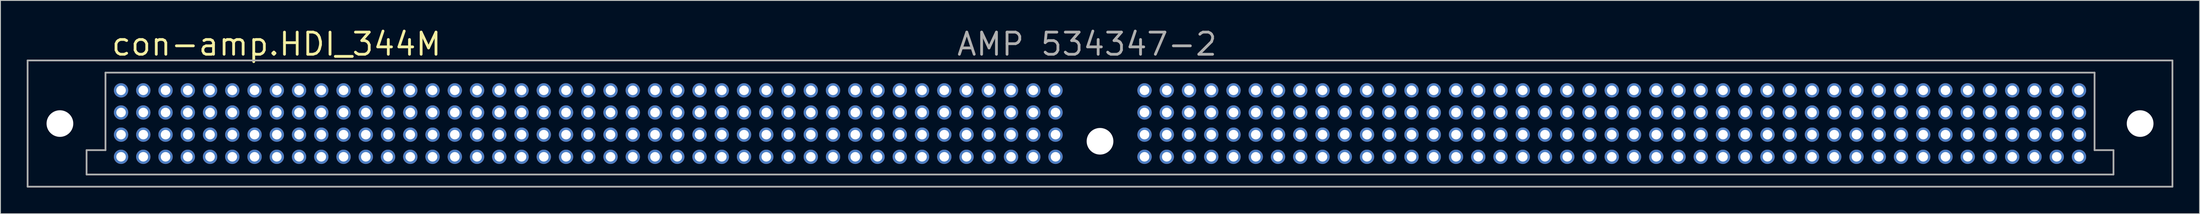
<source format=kicad_pcb>
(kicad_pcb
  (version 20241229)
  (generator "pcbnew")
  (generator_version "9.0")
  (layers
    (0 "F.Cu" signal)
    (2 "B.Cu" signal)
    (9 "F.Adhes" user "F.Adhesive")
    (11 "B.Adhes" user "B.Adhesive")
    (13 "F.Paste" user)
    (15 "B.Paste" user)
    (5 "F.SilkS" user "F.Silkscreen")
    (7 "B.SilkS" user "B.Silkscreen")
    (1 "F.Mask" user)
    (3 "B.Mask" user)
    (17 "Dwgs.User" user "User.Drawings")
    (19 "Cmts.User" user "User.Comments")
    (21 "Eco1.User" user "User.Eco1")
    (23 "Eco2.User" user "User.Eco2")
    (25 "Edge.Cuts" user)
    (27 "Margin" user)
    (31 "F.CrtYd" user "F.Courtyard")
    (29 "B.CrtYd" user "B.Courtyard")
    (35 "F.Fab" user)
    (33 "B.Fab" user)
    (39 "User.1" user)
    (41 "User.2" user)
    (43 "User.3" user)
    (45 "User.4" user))
  (footprint "con-amp.HDI_344M"
    (layer "F.Cu")
    (at 122.53 11.12)
    (property "Reference" "con-amp.HDI_344M" (at -113.03 -7.62 0) (layer "F.SilkS") (effects (font (size 2.54 2.54) (thickness 0.32)) (justify left bottom)))
    (attr through_hole)
    (fp_line (start -122.428 -7.239) (end 122.428 -7.239) (stroke (width 0.203) (type default)) (layer "F.Fab"))
    (fp_line (start -122.428 7.239) (end -122.428 -7.239) (stroke (width 0.203) (type default)) (layer "F.Fab"))
    (fp_line (start -115.697 3.048) (end -113.538 3.048) (stroke (width 0.203) (type default)) (layer "F.Fab"))
    (fp_line (start -115.697 5.842) (end -115.697 3.048) (stroke (width 0.203) (type default)) (layer "F.Fab"))
    (fp_line (start -113.538 -5.842) (end 113.538 -5.842) (stroke (width 0.203) (type default)) (layer "F.Fab"))
    (fp_line (start -113.538 3.048) (end -113.538 -5.842) (stroke (width 0.203) (type default)) (layer "F.Fab"))
    (fp_line (start 113.538 -5.842) (end 113.538 3.048) (stroke (width 0.203) (type default)) (layer "F.Fab"))
    (fp_line (start 113.538 3.048) (end 115.697 3.048) (stroke (width 0.203) (type default)) (layer "F.Fab"))
    (fp_line (start 115.697 3.048) (end 115.697 5.842) (stroke (width 0.203) (type default)) (layer "F.Fab"))
    (fp_line (start 115.697 5.842) (end -115.697 5.842) (stroke (width 0.203) (type default)) (layer "F.Fab"))
    (fp_line (start 122.428 -7.239) (end 122.428 7.239) (stroke (width 0.203) (type default)) (layer "F.Fab"))
    (fp_line (start 122.428 7.239) (end -122.428 7.239) (stroke (width 0.203) (type default)) (layer "F.Fab"))
    (fp_text user "AMP 534347-2" (at -16.51 -7.62 0) (layer "F.Fab") (effects (font (size 2.54 2.54) (thickness 0.32)) (justify left bottom)))
    (pad "" np_thru_hole circle (at -118.74 0) (size 3.05 3.05) (drill 3.05) (layers "*.Cu" "*.Mask"))
    (pad "" np_thru_hole circle (at 0 2.03) (size 3.05 3.05) (drill 3.05) (layers "*.Cu" "*.Mask"))
    (pad "" np_thru_hole circle (at 118.74 0) (size 3.05 3.05) (drill 3.05) (layers "*.Cu" "*.Mask"))
    (pad "A1" thru_hole circle (at 111.76 -3.81) (size 1.635 1.635) (drill 1.09) (layers "*.Cu" "*.Mask"))
    (pad "A2" thru_hole circle (at 109.22 -3.81) (size 1.635 1.635) (drill 1.09) (layers "*.Cu" "*.Mask"))
    (pad "A3" thru_hole circle (at 106.68 -3.81) (size 1.635 1.635) (drill 1.09) (layers "*.Cu" "*.Mask"))
    (pad "A4" thru_hole circle (at 104.14 -3.81) (size 1.635 1.635) (drill 1.09) (layers "*.Cu" "*.Mask"))
    (pad "A5" thru_hole circle (at 101.6 -3.81) (size 1.635 1.635) (drill 1.09) (layers "*.Cu" "*.Mask"))
    (pad "A6" thru_hole circle (at 99.06 -3.81) (size 1.635 1.635) (drill 1.09) (layers "*.Cu" "*.Mask"))
    (pad "A7" thru_hole circle (at 96.52 -3.81) (size 1.635 1.635) (drill 1.09) (layers "*.Cu" "*.Mask"))
    (pad "A8" thru_hole circle (at 93.98 -3.81) (size 1.635 1.635) (drill 1.09) (layers "*.Cu" "*.Mask"))
    (pad "A9" thru_hole circle (at 91.44 -3.81) (size 1.635 1.635) (drill 1.09) (layers "*.Cu" "*.Mask"))
    (pad "A10" thru_hole circle (at 88.9 -3.81) (size 1.635 1.635) (drill 1.09) (layers "*.Cu" "*.Mask"))
    (pad "A11" thru_hole circle (at 86.36 -3.81) (size 1.635 1.635) (drill 1.09) (layers "*.Cu" "*.Mask"))
    (pad "A12" thru_hole circle (at 83.82 -3.81) (size 1.635 1.635) (drill 1.09) (layers "*.Cu" "*.Mask"))
    (pad "A13" thru_hole circle (at 81.28 -3.81) (size 1.635 1.635) (drill 1.09) (layers "*.Cu" "*.Mask"))
    (pad "A14" thru_hole circle (at 78.74 -3.81) (size 1.635 1.635) (drill 1.09) (layers "*.Cu" "*.Mask"))
    (pad "A15" thru_hole circle (at 76.2 -3.81) (size 1.635 1.635) (drill 1.09) (layers "*.Cu" "*.Mask"))
    (pad "A16" thru_hole circle (at 73.66 -3.81) (size 1.635 1.635) (drill 1.09) (layers "*.Cu" "*.Mask"))
    (pad "A17" thru_hole circle (at 71.12 -3.81) (size 1.635 1.635) (drill 1.09) (layers "*.Cu" "*.Mask"))
    (pad "A18" thru_hole circle (at 68.58 -3.81) (size 1.635 1.635) (drill 1.09) (layers "*.Cu" "*.Mask"))
    (pad "A19" thru_hole circle (at 66.04 -3.81) (size 1.635 1.635) (drill 1.09) (layers "*.Cu" "*.Mask"))
    (pad "A20" thru_hole circle (at 63.5 -3.81) (size 1.635 1.635) (drill 1.09) (layers "*.Cu" "*.Mask"))
    (pad "A21" thru_hole circle (at 60.96 -3.81) (size 1.635 1.635) (drill 1.09) (layers "*.Cu" "*.Mask"))
    (pad "A22" thru_hole circle (at 58.42 -3.81) (size 1.635 1.635) (drill 1.09) (layers "*.Cu" "*.Mask"))
    (pad "A23" thru_hole circle (at 55.88 -3.81) (size 1.635 1.635) (drill 1.09) (layers "*.Cu" "*.Mask"))
    (pad "A24" thru_hole circle (at 53.34 -3.81) (size 1.635 1.635) (drill 1.09) (layers "*.Cu" "*.Mask"))
    (pad "A25" thru_hole circle (at 50.8 -3.81) (size 1.635 1.635) (drill 1.09) (layers "*.Cu" "*.Mask"))
    (pad "A26" thru_hole circle (at 48.26 -3.81) (size 1.635 1.635) (drill 1.09) (layers "*.Cu" "*.Mask"))
    (pad "A27" thru_hole circle (at 45.72 -3.81) (size 1.635 1.635) (drill 1.09) (layers "*.Cu" "*.Mask"))
    (pad "A28" thru_hole circle (at 43.18 -3.81) (size 1.635 1.635) (drill 1.09) (layers "*.Cu" "*.Mask"))
    (pad "A29" thru_hole circle (at 40.64 -3.81) (size 1.635 1.635) (drill 1.09) (layers "*.Cu" "*.Mask"))
    (pad "A30" thru_hole circle (at 38.1 -3.81) (size 1.635 1.635) (drill 1.09) (layers "*.Cu" "*.Mask"))
    (pad "A31" thru_hole circle (at 35.56 -3.81) (size 1.635 1.635) (drill 1.09) (layers "*.Cu" "*.Mask"))
    (pad "A32" thru_hole circle (at 33.02 -3.81) (size 1.635 1.635) (drill 1.09) (layers "*.Cu" "*.Mask"))
    (pad "A33" thru_hole circle (at 30.48 -3.81) (size 1.635 1.635) (drill 1.09) (layers "*.Cu" "*.Mask"))
    (pad "A34" thru_hole circle (at 27.94 -3.81) (size 1.635 1.635) (drill 1.09) (layers "*.Cu" "*.Mask"))
    (pad "A35" thru_hole circle (at 25.4 -3.81) (size 1.635 1.635) (drill 1.09) (layers "*.Cu" "*.Mask"))
    (pad "A36" thru_hole circle (at 22.86 -3.81) (size 1.635 1.635) (drill 1.09) (layers "*.Cu" "*.Mask"))
    (pad "A37" thru_hole circle (at 20.32 -3.81) (size 1.635 1.635) (drill 1.09) (layers "*.Cu" "*.Mask"))
    (pad "A38" thru_hole circle (at 17.78 -3.81) (size 1.635 1.635) (drill 1.09) (layers "*.Cu" "*.Mask"))
    (pad "A39" thru_hole circle (at 15.24 -3.81) (size 1.635 1.635) (drill 1.09) (layers "*.Cu" "*.Mask"))
    (pad "A40" thru_hole circle (at 12.7 -3.81) (size 1.635 1.635) (drill 1.09) (layers "*.Cu" "*.Mask"))
    (pad "A41" thru_hole circle (at 10.16 -3.81) (size 1.635 1.635) (drill 1.09) (layers "*.Cu" "*.Mask"))
    (pad "A42" thru_hole circle (at 7.62 -3.81) (size 1.635 1.635) (drill 1.09) (layers "*.Cu" "*.Mask"))
    (pad "A43" thru_hole circle (at 5.08 -3.81) (size 1.635 1.635) (drill 1.09) (layers "*.Cu" "*.Mask"))
    (pad "A44" thru_hole circle (at -5.08 -3.81) (size 1.635 1.635) (drill 1.09) (layers "*.Cu" "*.Mask"))
    (pad "A45" thru_hole circle (at -7.62 -3.81) (size 1.635 1.635) (drill 1.09) (layers "*.Cu" "*.Mask"))
    (pad "A46" thru_hole circle (at -10.16 -3.81) (size 1.635 1.635) (drill 1.09) (layers "*.Cu" "*.Mask"))
    (pad "A47" thru_hole circle (at -12.7 -3.81) (size 1.635 1.635) (drill 1.09) (layers "*.Cu" "*.Mask"))
    (pad "A48" thru_hole circle (at -15.24 -3.81) (size 1.635 1.635) (drill 1.09) (layers "*.Cu" "*.Mask"))
    (pad "A49" thru_hole circle (at -17.78 -3.81) (size 1.635 1.635) (drill 1.09) (layers "*.Cu" "*.Mask"))
    (pad "A50" thru_hole circle (at -20.32 -3.81) (size 1.635 1.635) (drill 1.09) (layers "*.Cu" "*.Mask"))
    (pad "A51" thru_hole circle (at -22.86 -3.81) (size 1.635 1.635) (drill 1.09) (layers "*.Cu" "*.Mask"))
    (pad "A52" thru_hole circle (at -25.4 -3.81) (size 1.635 1.635) (drill 1.09) (layers "*.Cu" "*.Mask"))
    (pad "A53" thru_hole circle (at -27.94 -3.81) (size 1.635 1.635) (drill 1.09) (layers "*.Cu" "*.Mask"))
    (pad "A54" thru_hole circle (at -30.48 -3.81) (size 1.635 1.635) (drill 1.09) (layers "*.Cu" "*.Mask"))
    (pad "A55" thru_hole circle (at -33.02 -3.81) (size 1.635 1.635) (drill 1.09) (layers "*.Cu" "*.Mask"))
    (pad "A56" thru_hole circle (at -35.56 -3.81) (size 1.635 1.635) (drill 1.09) (layers "*.Cu" "*.Mask"))
    (pad "A57" thru_hole circle (at -38.1 -3.81) (size 1.635 1.635) (drill 1.09) (layers "*.Cu" "*.Mask"))
    (pad "A58" thru_hole circle (at -40.64 -3.81) (size 1.635 1.635) (drill 1.09) (layers "*.Cu" "*.Mask"))
    (pad "A59" thru_hole circle (at -43.18 -3.81) (size 1.635 1.635) (drill 1.09) (layers "*.Cu" "*.Mask"))
    (pad "A60" thru_hole circle (at -45.72 -3.81) (size 1.635 1.635) (drill 1.09) (layers "*.Cu" "*.Mask"))
    (pad "A61" thru_hole circle (at -48.26 -3.81) (size 1.635 1.635) (drill 1.09) (layers "*.Cu" "*.Mask"))
    (pad "A62" thru_hole circle (at -50.8 -3.81) (size 1.635 1.635) (drill 1.09) (layers "*.Cu" "*.Mask"))
    (pad "A63" thru_hole circle (at -53.34 -3.81) (size 1.635 1.635) (drill 1.09) (layers "*.Cu" "*.Mask"))
    (pad "A64" thru_hole circle (at -55.88 -3.81) (size 1.635 1.635) (drill 1.09) (layers "*.Cu" "*.Mask"))
    (pad "A65" thru_hole circle (at -58.42 -3.81) (size 1.635 1.635) (drill 1.09) (layers "*.Cu" "*.Mask"))
    (pad "A66" thru_hole circle (at -60.96 -3.81) (size 1.635 1.635) (drill 1.09) (layers "*.Cu" "*.Mask"))
    (pad "A67" thru_hole circle (at -63.5 -3.81) (size 1.635 1.635) (drill 1.09) (layers "*.Cu" "*.Mask"))
    (pad "A68" thru_hole circle (at -66.04 -3.81) (size 1.635 1.635) (drill 1.09) (layers "*.Cu" "*.Mask"))
    (pad "A69" thru_hole circle (at -68.58 -3.81) (size 1.635 1.635) (drill 1.09) (layers "*.Cu" "*.Mask"))
    (pad "A70" thru_hole circle (at -71.12 -3.81) (size 1.635 1.635) (drill 1.09) (layers "*.Cu" "*.Mask"))
    (pad "A71" thru_hole circle (at -73.66 -3.81) (size 1.635 1.635) (drill 1.09) (layers "*.Cu" "*.Mask"))
    (pad "A72" thru_hole circle (at -76.2 -3.81) (size 1.635 1.635) (drill 1.09) (layers "*.Cu" "*.Mask"))
    (pad "A73" thru_hole circle (at -78.74 -3.81) (size 1.635 1.635) (drill 1.09) (layers "*.Cu" "*.Mask"))
    (pad "A74" thru_hole circle (at -81.28 -3.81) (size 1.635 1.635) (drill 1.09) (layers "*.Cu" "*.Mask"))
    (pad "A75" thru_hole circle (at -83.82 -3.81) (size 1.635 1.635) (drill 1.09) (layers "*.Cu" "*.Mask"))
    (pad "A76" thru_hole circle (at -86.36 -3.81) (size 1.635 1.635) (drill 1.09) (layers "*.Cu" "*.Mask"))
    (pad "A77" thru_hole circle (at -88.9 -3.81) (size 1.635 1.635) (drill 1.09) (layers "*.Cu" "*.Mask"))
    (pad "A78" thru_hole circle (at -91.44 -3.81) (size 1.635 1.635) (drill 1.09) (layers "*.Cu" "*.Mask"))
    (pad "A79" thru_hole circle (at -93.98 -3.81) (size 1.635 1.635) (drill 1.09) (layers "*.Cu" "*.Mask"))
    (pad "A80" thru_hole circle (at -96.52 -3.81) (size 1.635 1.635) (drill 1.09) (layers "*.Cu" "*.Mask"))
    (pad "A81" thru_hole circle (at -99.06 -3.81) (size 1.635 1.635) (drill 1.09) (layers "*.Cu" "*.Mask"))
    (pad "A82" thru_hole circle (at -101.6 -3.81) (size 1.635 1.635) (drill 1.09) (layers "*.Cu" "*.Mask"))
    (pad "A83" thru_hole circle (at -104.14 -3.81) (size 1.635 1.635) (drill 1.09) (layers "*.Cu" "*.Mask"))
    (pad "A84" thru_hole circle (at -106.68 -3.81) (size 1.635 1.635) (drill 1.09) (layers "*.Cu" "*.Mask"))
    (pad "A85" thru_hole circle (at -109.22 -3.81) (size 1.635 1.635) (drill 1.09) (layers "*.Cu" "*.Mask"))
    (pad "A86" thru_hole circle (at -111.76 -3.81) (size 1.635 1.635) (drill 1.09) (layers "*.Cu" "*.Mask"))
    (pad "B1" thru_hole circle (at 111.76 -1.27) (size 1.635 1.635) (drill 1.09) (layers "*.Cu" "*.Mask"))
    (pad "B2" thru_hole circle (at 109.22 -1.27) (size 1.635 1.635) (drill 1.09) (layers "*.Cu" "*.Mask"))
    (pad "B3" thru_hole circle (at 106.68 -1.27) (size 1.635 1.635) (drill 1.09) (layers "*.Cu" "*.Mask"))
    (pad "B4" thru_hole circle (at 104.14 -1.27) (size 1.635 1.635) (drill 1.09) (layers "*.Cu" "*.Mask"))
    (pad "B5" thru_hole circle (at 101.6 -1.27) (size 1.635 1.635) (drill 1.09) (layers "*.Cu" "*.Mask"))
    (pad "B6" thru_hole circle (at 99.06 -1.27) (size 1.635 1.635) (drill 1.09) (layers "*.Cu" "*.Mask"))
    (pad "B7" thru_hole circle (at 96.52 -1.27) (size 1.635 1.635) (drill 1.09) (layers "*.Cu" "*.Mask"))
    (pad "B8" thru_hole circle (at 93.98 -1.27) (size 1.635 1.635) (drill 1.09) (layers "*.Cu" "*.Mask"))
    (pad "B9" thru_hole circle (at 91.44 -1.27) (size 1.635 1.635) (drill 1.09) (layers "*.Cu" "*.Mask"))
    (pad "B10" thru_hole circle (at 88.9 -1.27) (size 1.635 1.635) (drill 1.09) (layers "*.Cu" "*.Mask"))
    (pad "B11" thru_hole circle (at 86.36 -1.27) (size 1.635 1.635) (drill 1.09) (layers "*.Cu" "*.Mask"))
    (pad "B12" thru_hole circle (at 83.82 -1.27) (size 1.635 1.635) (drill 1.09) (layers "*.Cu" "*.Mask"))
    (pad "B13" thru_hole circle (at 81.28 -1.27) (size 1.635 1.635) (drill 1.09) (layers "*.Cu" "*.Mask"))
    (pad "B14" thru_hole circle (at 78.74 -1.27) (size 1.635 1.635) (drill 1.09) (layers "*.Cu" "*.Mask"))
    (pad "B15" thru_hole circle (at 76.2 -1.27) (size 1.635 1.635) (drill 1.09) (layers "*.Cu" "*.Mask"))
    (pad "B16" thru_hole circle (at 73.66 -1.27) (size 1.635 1.635) (drill 1.09) (layers "*.Cu" "*.Mask"))
    (pad "B17" thru_hole circle (at 71.12 -1.27) (size 1.635 1.635) (drill 1.09) (layers "*.Cu" "*.Mask"))
    (pad "B18" thru_hole circle (at 68.58 -1.27) (size 1.635 1.635) (drill 1.09) (layers "*.Cu" "*.Mask"))
    (pad "B19" thru_hole circle (at 66.04 -1.27) (size 1.635 1.635) (drill 1.09) (layers "*.Cu" "*.Mask"))
    (pad "B20" thru_hole circle (at 63.5 -1.27) (size 1.635 1.635) (drill 1.09) (layers "*.Cu" "*.Mask"))
    (pad "B21" thru_hole circle (at 60.96 -1.27) (size 1.635 1.635) (drill 1.09) (layers "*.Cu" "*.Mask"))
    (pad "B22" thru_hole circle (at 58.42 -1.27) (size 1.635 1.635) (drill 1.09) (layers "*.Cu" "*.Mask"))
    (pad "B23" thru_hole circle (at 55.88 -1.27) (size 1.635 1.635) (drill 1.09) (layers "*.Cu" "*.Mask"))
    (pad "B24" thru_hole circle (at 53.34 -1.27) (size 1.635 1.635) (drill 1.09) (layers "*.Cu" "*.Mask"))
    (pad "B25" thru_hole circle (at 50.8 -1.27) (size 1.635 1.635) (drill 1.09) (layers "*.Cu" "*.Mask"))
    (pad "B26" thru_hole circle (at 48.26 -1.27) (size 1.635 1.635) (drill 1.09) (layers "*.Cu" "*.Mask"))
    (pad "B27" thru_hole circle (at 45.72 -1.27) (size 1.635 1.635) (drill 1.09) (layers "*.Cu" "*.Mask"))
    (pad "B28" thru_hole circle (at 43.18 -1.27) (size 1.635 1.635) (drill 1.09) (layers "*.Cu" "*.Mask"))
    (pad "B29" thru_hole circle (at 40.64 -1.27) (size 1.635 1.635) (drill 1.09) (layers "*.Cu" "*.Mask"))
    (pad "B30" thru_hole circle (at 38.1 -1.27) (size 1.635 1.635) (drill 1.09) (layers "*.Cu" "*.Mask"))
    (pad "B31" thru_hole circle (at 35.56 -1.27) (size 1.635 1.635) (drill 1.09) (layers "*.Cu" "*.Mask"))
    (pad "B32" thru_hole circle (at 33.02 -1.27) (size 1.635 1.635) (drill 1.09) (layers "*.Cu" "*.Mask"))
    (pad "B33" thru_hole circle (at 30.48 -1.27) (size 1.635 1.635) (drill 1.09) (layers "*.Cu" "*.Mask"))
    (pad "B34" thru_hole circle (at 27.94 -1.27) (size 1.635 1.635) (drill 1.09) (layers "*.Cu" "*.Mask"))
    (pad "B35" thru_hole circle (at 25.4 -1.27) (size 1.635 1.635) (drill 1.09) (layers "*.Cu" "*.Mask"))
    (pad "B36" thru_hole circle (at 22.86 -1.27) (size 1.635 1.635) (drill 1.09) (layers "*.Cu" "*.Mask"))
    (pad "B37" thru_hole circle (at 20.32 -1.27) (size 1.635 1.635) (drill 1.09) (layers "*.Cu" "*.Mask"))
    (pad "B38" thru_hole circle (at 17.78 -1.27) (size 1.635 1.635) (drill 1.09) (layers "*.Cu" "*.Mask"))
    (pad "B39" thru_hole circle (at 15.24 -1.27) (size 1.635 1.635) (drill 1.09) (layers "*.Cu" "*.Mask"))
    (pad "B40" thru_hole circle (at 12.7 -1.27) (size 1.635 1.635) (drill 1.09) (layers "*.Cu" "*.Mask"))
    (pad "B41" thru_hole circle (at 10.16 -1.27) (size 1.635 1.635) (drill 1.09) (layers "*.Cu" "*.Mask"))
    (pad "B42" thru_hole circle (at 7.62 -1.27) (size 1.635 1.635) (drill 1.09) (layers "*.Cu" "*.Mask"))
    (pad "B43" thru_hole circle (at 5.08 -1.27) (size 1.635 1.635) (drill 1.09) (layers "*.Cu" "*.Mask"))
    (pad "B44" thru_hole circle (at -5.08 -1.27) (size 1.635 1.635) (drill 1.09) (layers "*.Cu" "*.Mask"))
    (pad "B45" thru_hole circle (at -7.62 -1.27) (size 1.635 1.635) (drill 1.09) (layers "*.Cu" "*.Mask"))
    (pad "B46" thru_hole circle (at -10.16 -1.27) (size 1.635 1.635) (drill 1.09) (layers "*.Cu" "*.Mask"))
    (pad "B47" thru_hole circle (at -12.7 -1.27) (size 1.635 1.635) (drill 1.09) (layers "*.Cu" "*.Mask"))
    (pad "B48" thru_hole circle (at -15.24 -1.27) (size 1.635 1.635) (drill 1.09) (layers "*.Cu" "*.Mask"))
    (pad "B49" thru_hole circle (at -17.78 -1.27) (size 1.635 1.635) (drill 1.09) (layers "*.Cu" "*.Mask"))
    (pad "B50" thru_hole circle (at -20.32 -1.27) (size 1.635 1.635) (drill 1.09) (layers "*.Cu" "*.Mask"))
    (pad "B51" thru_hole circle (at -22.86 -1.27) (size 1.635 1.635) (drill 1.09) (layers "*.Cu" "*.Mask"))
    (pad "B52" thru_hole circle (at -25.4 -1.27) (size 1.635 1.635) (drill 1.09) (layers "*.Cu" "*.Mask"))
    (pad "B53" thru_hole circle (at -27.94 -1.27) (size 1.635 1.635) (drill 1.09) (layers "*.Cu" "*.Mask"))
    (pad "B54" thru_hole circle (at -30.48 -1.27) (size 1.635 1.635) (drill 1.09) (layers "*.Cu" "*.Mask"))
    (pad "B55" thru_hole circle (at -33.02 -1.27) (size 1.635 1.635) (drill 1.09) (layers "*.Cu" "*.Mask"))
    (pad "B56" thru_hole circle (at -35.56 -1.27) (size 1.635 1.635) (drill 1.09) (layers "*.Cu" "*.Mask"))
    (pad "B57" thru_hole circle (at -38.1 -1.27) (size 1.635 1.635) (drill 1.09) (layers "*.Cu" "*.Mask"))
    (pad "B58" thru_hole circle (at -40.64 -1.27) (size 1.635 1.635) (drill 1.09) (layers "*.Cu" "*.Mask"))
    (pad "B59" thru_hole circle (at -43.18 -1.27) (size 1.635 1.635) (drill 1.09) (layers "*.Cu" "*.Mask"))
    (pad "B60" thru_hole circle (at -45.72 -1.27) (size 1.635 1.635) (drill 1.09) (layers "*.Cu" "*.Mask"))
    (pad "B61" thru_hole circle (at -48.26 -1.27) (size 1.635 1.635) (drill 1.09) (layers "*.Cu" "*.Mask"))
    (pad "B62" thru_hole circle (at -50.8 -1.27) (size 1.635 1.635) (drill 1.09) (layers "*.Cu" "*.Mask"))
    (pad "B63" thru_hole circle (at -53.34 -1.27) (size 1.635 1.635) (drill 1.09) (layers "*.Cu" "*.Mask"))
    (pad "B64" thru_hole circle (at -55.88 -1.27) (size 1.635 1.635) (drill 1.09) (layers "*.Cu" "*.Mask"))
    (pad "B65" thru_hole circle (at -58.42 -1.27) (size 1.635 1.635) (drill 1.09) (layers "*.Cu" "*.Mask"))
    (pad "B66" thru_hole circle (at -60.96 -1.27) (size 1.635 1.635) (drill 1.09) (layers "*.Cu" "*.Mask"))
    (pad "B67" thru_hole circle (at -63.5 -1.27) (size 1.635 1.635) (drill 1.09) (layers "*.Cu" "*.Mask"))
    (pad "B68" thru_hole circle (at -66.04 -1.27) (size 1.635 1.635) (drill 1.09) (layers "*.Cu" "*.Mask"))
    (pad "B69" thru_hole circle (at -68.58 -1.27) (size 1.635 1.635) (drill 1.09) (layers "*.Cu" "*.Mask"))
    (pad "B70" thru_hole circle (at -71.12 -1.27) (size 1.635 1.635) (drill 1.09) (layers "*.Cu" "*.Mask"))
    (pad "B71" thru_hole circle (at -73.66 -1.27) (size 1.635 1.635) (drill 1.09) (layers "*.Cu" "*.Mask"))
    (pad "B72" thru_hole circle (at -76.2 -1.27) (size 1.635 1.635) (drill 1.09) (layers "*.Cu" "*.Mask"))
    (pad "B73" thru_hole circle (at -78.74 -1.27) (size 1.635 1.635) (drill 1.09) (layers "*.Cu" "*.Mask"))
    (pad "B74" thru_hole circle (at -81.28 -1.27) (size 1.635 1.635) (drill 1.09) (layers "*.Cu" "*.Mask"))
    (pad "B75" thru_hole circle (at -83.82 -1.27) (size 1.635 1.635) (drill 1.09) (layers "*.Cu" "*.Mask"))
    (pad "B76" thru_hole circle (at -86.36 -1.27) (size 1.635 1.635) (drill 1.09) (layers "*.Cu" "*.Mask"))
    (pad "B77" thru_hole circle (at -88.9 -1.27) (size 1.635 1.635) (drill 1.09) (layers "*.Cu" "*.Mask"))
    (pad "B78" thru_hole circle (at -91.44 -1.27) (size 1.635 1.635) (drill 1.09) (layers "*.Cu" "*.Mask"))
    (pad "B79" thru_hole circle (at -93.98 -1.27) (size 1.635 1.635) (drill 1.09) (layers "*.Cu" "*.Mask"))
    (pad "B80" thru_hole circle (at -96.52 -1.27) (size 1.635 1.635) (drill 1.09) (layers "*.Cu" "*.Mask"))
    (pad "B81" thru_hole circle (at -99.06 -1.27) (size 1.635 1.635) (drill 1.09) (layers "*.Cu" "*.Mask"))
    (pad "B82" thru_hole circle (at -101.6 -1.27) (size 1.635 1.635) (drill 1.09) (layers "*.Cu" "*.Mask"))
    (pad "B83" thru_hole circle (at -104.14 -1.27) (size 1.635 1.635) (drill 1.09) (layers "*.Cu" "*.Mask"))
    (pad "B84" thru_hole circle (at -106.68 -1.27) (size 1.635 1.635) (drill 1.09) (layers "*.Cu" "*.Mask"))
    (pad "B85" thru_hole circle (at -109.22 -1.27) (size 1.635 1.635) (drill 1.09) (layers "*.Cu" "*.Mask"))
    (pad "B86" thru_hole circle (at -111.76 -1.27) (size 1.635 1.635) (drill 1.09) (layers "*.Cu" "*.Mask"))
    (pad "C1" thru_hole circle (at 111.76 1.27) (size 1.635 1.635) (drill 1.09) (layers "*.Cu" "*.Mask"))
    (pad "C2" thru_hole circle (at 109.22 1.27) (size 1.635 1.635) (drill 1.09) (layers "*.Cu" "*.Mask"))
    (pad "C3" thru_hole circle (at 106.68 1.27) (size 1.635 1.635) (drill 1.09) (layers "*.Cu" "*.Mask"))
    (pad "C4" thru_hole circle (at 104.14 1.27) (size 1.635 1.635) (drill 1.09) (layers "*.Cu" "*.Mask"))
    (pad "C5" thru_hole circle (at 101.6 1.27) (size 1.635 1.635) (drill 1.09) (layers "*.Cu" "*.Mask"))
    (pad "C6" thru_hole circle (at 99.06 1.27) (size 1.635 1.635) (drill 1.09) (layers "*.Cu" "*.Mask"))
    (pad "C7" thru_hole circle (at 96.52 1.27) (size 1.635 1.635) (drill 1.09) (layers "*.Cu" "*.Mask"))
    (pad "C8" thru_hole circle (at 93.98 1.27) (size 1.635 1.635) (drill 1.09) (layers "*.Cu" "*.Mask"))
    (pad "C9" thru_hole circle (at 91.44 1.27) (size 1.635 1.635) (drill 1.09) (layers "*.Cu" "*.Mask"))
    (pad "C10" thru_hole circle (at 88.9 1.27) (size 1.635 1.635) (drill 1.09) (layers "*.Cu" "*.Mask"))
    (pad "C11" thru_hole circle (at 86.36 1.27) (size 1.635 1.635) (drill 1.09) (layers "*.Cu" "*.Mask"))
    (pad "C12" thru_hole circle (at 83.82 1.27) (size 1.635 1.635) (drill 1.09) (layers "*.Cu" "*.Mask"))
    (pad "C13" thru_hole circle (at 81.28 1.27) (size 1.635 1.635) (drill 1.09) (layers "*.Cu" "*.Mask"))
    (pad "C14" thru_hole circle (at 78.74 1.27) (size 1.635 1.635) (drill 1.09) (layers "*.Cu" "*.Mask"))
    (pad "C15" thru_hole circle (at 76.2 1.27) (size 1.635 1.635) (drill 1.09) (layers "*.Cu" "*.Mask"))
    (pad "C16" thru_hole circle (at 73.66 1.27) (size 1.635 1.635) (drill 1.09) (layers "*.Cu" "*.Mask"))
    (pad "C17" thru_hole circle (at 71.12 1.27) (size 1.635 1.635) (drill 1.09) (layers "*.Cu" "*.Mask"))
    (pad "C18" thru_hole circle (at 68.58 1.27) (size 1.635 1.635) (drill 1.09) (layers "*.Cu" "*.Mask"))
    (pad "C19" thru_hole circle (at 66.04 1.27) (size 1.635 1.635) (drill 1.09) (layers "*.Cu" "*.Mask"))
    (pad "C20" thru_hole circle (at 63.5 1.27) (size 1.635 1.635) (drill 1.09) (layers "*.Cu" "*.Mask"))
    (pad "C21" thru_hole circle (at 60.96 1.27) (size 1.635 1.635) (drill 1.09) (layers "*.Cu" "*.Mask"))
    (pad "C22" thru_hole circle (at 58.42 1.27) (size 1.635 1.635) (drill 1.09) (layers "*.Cu" "*.Mask"))
    (pad "C23" thru_hole circle (at 55.88 1.27) (size 1.635 1.635) (drill 1.09) (layers "*.Cu" "*.Mask"))
    (pad "C24" thru_hole circle (at 53.34 1.27) (size 1.635 1.635) (drill 1.09) (layers "*.Cu" "*.Mask"))
    (pad "C25" thru_hole circle (at 50.8 1.27) (size 1.635 1.635) (drill 1.09) (layers "*.Cu" "*.Mask"))
    (pad "C26" thru_hole circle (at 48.26 1.27) (size 1.635 1.635) (drill 1.09) (layers "*.Cu" "*.Mask"))
    (pad "C27" thru_hole circle (at 45.72 1.27) (size 1.635 1.635) (drill 1.09) (layers "*.Cu" "*.Mask"))
    (pad "C28" thru_hole circle (at 43.18 1.27) (size 1.635 1.635) (drill 1.09) (layers "*.Cu" "*.Mask"))
    (pad "C29" thru_hole circle (at 40.64 1.27) (size 1.635 1.635) (drill 1.09) (layers "*.Cu" "*.Mask"))
    (pad "C30" thru_hole circle (at 38.1 1.27) (size 1.635 1.635) (drill 1.09) (layers "*.Cu" "*.Mask"))
    (pad "C31" thru_hole circle (at 35.56 1.27) (size 1.635 1.635) (drill 1.09) (layers "*.Cu" "*.Mask"))
    (pad "C32" thru_hole circle (at 33.02 1.27) (size 1.635 1.635) (drill 1.09) (layers "*.Cu" "*.Mask"))
    (pad "C33" thru_hole circle (at 30.48 1.27) (size 1.635 1.635) (drill 1.09) (layers "*.Cu" "*.Mask"))
    (pad "C34" thru_hole circle (at 27.94 1.27) (size 1.635 1.635) (drill 1.09) (layers "*.Cu" "*.Mask"))
    (pad "C35" thru_hole circle (at 25.4 1.27) (size 1.635 1.635) (drill 1.09) (layers "*.Cu" "*.Mask"))
    (pad "C36" thru_hole circle (at 22.86 1.27) (size 1.635 1.635) (drill 1.09) (layers "*.Cu" "*.Mask"))
    (pad "C37" thru_hole circle (at 20.32 1.27) (size 1.635 1.635) (drill 1.09) (layers "*.Cu" "*.Mask"))
    (pad "C38" thru_hole circle (at 17.78 1.27) (size 1.635 1.635) (drill 1.09) (layers "*.Cu" "*.Mask"))
    (pad "C39" thru_hole circle (at 15.24 1.27) (size 1.635 1.635) (drill 1.09) (layers "*.Cu" "*.Mask"))
    (pad "C40" thru_hole circle (at 12.7 1.27) (size 1.635 1.635) (drill 1.09) (layers "*.Cu" "*.Mask"))
    (pad "C41" thru_hole circle (at 10.16 1.27) (size 1.635 1.635) (drill 1.09) (layers "*.Cu" "*.Mask"))
    (pad "C42" thru_hole circle (at 7.62 1.27) (size 1.635 1.635) (drill 1.09) (layers "*.Cu" "*.Mask"))
    (pad "C43" thru_hole circle (at 5.08 1.27) (size 1.635 1.635) (drill 1.09) (layers "*.Cu" "*.Mask"))
    (pad "C44" thru_hole circle (at -5.08 1.27) (size 1.635 1.635) (drill 1.09) (layers "*.Cu" "*.Mask"))
    (pad "C45" thru_hole circle (at -7.62 1.27) (size 1.635 1.635) (drill 1.09) (layers "*.Cu" "*.Mask"))
    (pad "C46" thru_hole circle (at -10.16 1.27) (size 1.635 1.635) (drill 1.09) (layers "*.Cu" "*.Mask"))
    (pad "C47" thru_hole circle (at -12.7 1.27) (size 1.635 1.635) (drill 1.09) (layers "*.Cu" "*.Mask"))
    (pad "C48" thru_hole circle (at -15.24 1.27) (size 1.635 1.635) (drill 1.09) (layers "*.Cu" "*.Mask"))
    (pad "C49" thru_hole circle (at -17.78 1.27) (size 1.635 1.635) (drill 1.09) (layers "*.Cu" "*.Mask"))
    (pad "C50" thru_hole circle (at -20.32 1.27) (size 1.635 1.635) (drill 1.09) (layers "*.Cu" "*.Mask"))
    (pad "C51" thru_hole circle (at -22.86 1.27) (size 1.635 1.635) (drill 1.09) (layers "*.Cu" "*.Mask"))
    (pad "C52" thru_hole circle (at -25.4 1.27) (size 1.635 1.635) (drill 1.09) (layers "*.Cu" "*.Mask"))
    (pad "C53" thru_hole circle (at -27.94 1.27) (size 1.635 1.635) (drill 1.09) (layers "*.Cu" "*.Mask"))
    (pad "C54" thru_hole circle (at -30.48 1.27) (size 1.635 1.635) (drill 1.09) (layers "*.Cu" "*.Mask"))
    (pad "C55" thru_hole circle (at -33.02 1.27) (size 1.635 1.635) (drill 1.09) (layers "*.Cu" "*.Mask"))
    (pad "C56" thru_hole circle (at -35.56 1.27) (size 1.635 1.635) (drill 1.09) (layers "*.Cu" "*.Mask"))
    (pad "C57" thru_hole circle (at -38.1 1.27) (size 1.635 1.635) (drill 1.09) (layers "*.Cu" "*.Mask"))
    (pad "C58" thru_hole circle (at -40.64 1.27) (size 1.635 1.635) (drill 1.09) (layers "*.Cu" "*.Mask"))
    (pad "C59" thru_hole circle (at -43.18 1.27) (size 1.635 1.635) (drill 1.09) (layers "*.Cu" "*.Mask"))
    (pad "C60" thru_hole circle (at -45.72 1.27) (size 1.635 1.635) (drill 1.09) (layers "*.Cu" "*.Mask"))
    (pad "C61" thru_hole circle (at -48.26 1.27) (size 1.635 1.635) (drill 1.09) (layers "*.Cu" "*.Mask"))
    (pad "C62" thru_hole circle (at -50.8 1.27) (size 1.635 1.635) (drill 1.09) (layers "*.Cu" "*.Mask"))
    (pad "C63" thru_hole circle (at -53.34 1.27) (size 1.635 1.635) (drill 1.09) (layers "*.Cu" "*.Mask"))
    (pad "C64" thru_hole circle (at -55.88 1.27) (size 1.635 1.635) (drill 1.09) (layers "*.Cu" "*.Mask"))
    (pad "C65" thru_hole circle (at -58.42 1.27) (size 1.635 1.635) (drill 1.09) (layers "*.Cu" "*.Mask"))
    (pad "C66" thru_hole circle (at -60.96 1.27) (size 1.635 1.635) (drill 1.09) (layers "*.Cu" "*.Mask"))
    (pad "C67" thru_hole circle (at -63.5 1.27) (size 1.635 1.635) (drill 1.09) (layers "*.Cu" "*.Mask"))
    (pad "C68" thru_hole circle (at -66.04 1.27) (size 1.635 1.635) (drill 1.09) (layers "*.Cu" "*.Mask"))
    (pad "C69" thru_hole circle (at -68.58 1.27) (size 1.635 1.635) (drill 1.09) (layers "*.Cu" "*.Mask"))
    (pad "C70" thru_hole circle (at -71.12 1.27) (size 1.635 1.635) (drill 1.09) (layers "*.Cu" "*.Mask"))
    (pad "C71" thru_hole circle (at -73.66 1.27) (size 1.635 1.635) (drill 1.09) (layers "*.Cu" "*.Mask"))
    (pad "C72" thru_hole circle (at -76.2 1.27) (size 1.635 1.635) (drill 1.09) (layers "*.Cu" "*.Mask"))
    (pad "C73" thru_hole circle (at -78.74 1.27) (size 1.635 1.635) (drill 1.09) (layers "*.Cu" "*.Mask"))
    (pad "C74" thru_hole circle (at -81.28 1.27) (size 1.635 1.635) (drill 1.09) (layers "*.Cu" "*.Mask"))
    (pad "C75" thru_hole circle (at -83.82 1.27) (size 1.635 1.635) (drill 1.09) (layers "*.Cu" "*.Mask"))
    (pad "C76" thru_hole circle (at -86.36 1.27) (size 1.635 1.635) (drill 1.09) (layers "*.Cu" "*.Mask"))
    (pad "C77" thru_hole circle (at -88.9 1.27) (size 1.635 1.635) (drill 1.09) (layers "*.Cu" "*.Mask"))
    (pad "C78" thru_hole circle (at -91.44 1.27) (size 1.635 1.635) (drill 1.09) (layers "*.Cu" "*.Mask"))
    (pad "C79" thru_hole circle (at -93.98 1.27) (size 1.635 1.635) (drill 1.09) (layers "*.Cu" "*.Mask"))
    (pad "C80" thru_hole circle (at -96.52 1.27) (size 1.635 1.635) (drill 1.09) (layers "*.Cu" "*.Mask"))
    (pad "C81" thru_hole circle (at -99.06 1.27) (size 1.635 1.635) (drill 1.09) (layers "*.Cu" "*.Mask"))
    (pad "C82" thru_hole circle (at -101.6 1.27) (size 1.635 1.635) (drill 1.09) (layers "*.Cu" "*.Mask"))
    (pad "C83" thru_hole circle (at -104.14 1.27) (size 1.635 1.635) (drill 1.09) (layers "*.Cu" "*.Mask"))
    (pad "C84" thru_hole circle (at -106.68 1.27) (size 1.635 1.635) (drill 1.09) (layers "*.Cu" "*.Mask"))
    (pad "C85" thru_hole circle (at -109.22 1.27) (size 1.635 1.635) (drill 1.09) (layers "*.Cu" "*.Mask"))
    (pad "C86" thru_hole circle (at -111.76 1.27) (size 1.635 1.635) (drill 1.09) (layers "*.Cu" "*.Mask"))
    (pad "D1" thru_hole circle (at 111.76 3.81) (size 1.635 1.635) (drill 1.09) (layers "*.Cu" "*.Mask"))
    (pad "D2" thru_hole circle (at 109.22 3.81) (size 1.635 1.635) (drill 1.09) (layers "*.Cu" "*.Mask"))
    (pad "D3" thru_hole circle (at 106.68 3.81) (size 1.635 1.635) (drill 1.09) (layers "*.Cu" "*.Mask"))
    (pad "D4" thru_hole circle (at 104.14 3.81) (size 1.635 1.635) (drill 1.09) (layers "*.Cu" "*.Mask"))
    (pad "D5" thru_hole circle (at 101.6 3.81) (size 1.635 1.635) (drill 1.09) (layers "*.Cu" "*.Mask"))
    (pad "D6" thru_hole circle (at 99.06 3.81) (size 1.635 1.635) (drill 1.09) (layers "*.Cu" "*.Mask"))
    (pad "D7" thru_hole circle (at 96.52 3.81) (size 1.635 1.635) (drill 1.09) (layers "*.Cu" "*.Mask"))
    (pad "D8" thru_hole circle (at 93.98 3.81) (size 1.635 1.635) (drill 1.09) (layers "*.Cu" "*.Mask"))
    (pad "D9" thru_hole circle (at 91.44 3.81) (size 1.635 1.635) (drill 1.09) (layers "*.Cu" "*.Mask"))
    (pad "D10" thru_hole circle (at 88.9 3.81) (size 1.635 1.635) (drill 1.09) (layers "*.Cu" "*.Mask"))
    (pad "D11" thru_hole circle (at 86.36 3.81) (size 1.635 1.635) (drill 1.09) (layers "*.Cu" "*.Mask"))
    (pad "D12" thru_hole circle (at 83.82 3.81) (size 1.635 1.635) (drill 1.09) (layers "*.Cu" "*.Mask"))
    (pad "D13" thru_hole circle (at 81.28 3.81) (size 1.635 1.635) (drill 1.09) (layers "*.Cu" "*.Mask"))
    (pad "D14" thru_hole circle (at 78.74 3.81) (size 1.635 1.635) (drill 1.09) (layers "*.Cu" "*.Mask"))
    (pad "D15" thru_hole circle (at 76.2 3.81) (size 1.635 1.635) (drill 1.09) (layers "*.Cu" "*.Mask"))
    (pad "D16" thru_hole circle (at 73.66 3.81) (size 1.635 1.635) (drill 1.09) (layers "*.Cu" "*.Mask"))
    (pad "D17" thru_hole circle (at 71.12 3.81) (size 1.635 1.635) (drill 1.09) (layers "*.Cu" "*.Mask"))
    (pad "D18" thru_hole circle (at 68.58 3.81) (size 1.635 1.635) (drill 1.09) (layers "*.Cu" "*.Mask"))
    (pad "D19" thru_hole circle (at 66.04 3.81) (size 1.635 1.635) (drill 1.09) (layers "*.Cu" "*.Mask"))
    (pad "D20" thru_hole circle (at 63.5 3.81) (size 1.635 1.635) (drill 1.09) (layers "*.Cu" "*.Mask"))
    (pad "D21" thru_hole circle (at 60.96 3.81) (size 1.635 1.635) (drill 1.09) (layers "*.Cu" "*.Mask"))
    (pad "D22" thru_hole circle (at 58.42 3.81) (size 1.635 1.635) (drill 1.09) (layers "*.Cu" "*.Mask"))
    (pad "D23" thru_hole circle (at 55.88 3.81) (size 1.635 1.635) (drill 1.09) (layers "*.Cu" "*.Mask"))
    (pad "D24" thru_hole circle (at 53.34 3.81) (size 1.635 1.635) (drill 1.09) (layers "*.Cu" "*.Mask"))
    (pad "D25" thru_hole circle (at 50.8 3.81) (size 1.635 1.635) (drill 1.09) (layers "*.Cu" "*.Mask"))
    (pad "D26" thru_hole circle (at 48.26 3.81) (size 1.635 1.635) (drill 1.09) (layers "*.Cu" "*.Mask"))
    (pad "D27" thru_hole circle (at 45.72 3.81) (size 1.635 1.635) (drill 1.09) (layers "*.Cu" "*.Mask"))
    (pad "D28" thru_hole circle (at 43.18 3.81) (size 1.635 1.635) (drill 1.09) (layers "*.Cu" "*.Mask"))
    (pad "D29" thru_hole circle (at 40.64 3.81) (size 1.635 1.635) (drill 1.09) (layers "*.Cu" "*.Mask"))
    (pad "D30" thru_hole circle (at 38.1 3.81) (size 1.635 1.635) (drill 1.09) (layers "*.Cu" "*.Mask"))
    (pad "D31" thru_hole circle (at 35.56 3.81) (size 1.635 1.635) (drill 1.09) (layers "*.Cu" "*.Mask"))
    (pad "D32" thru_hole circle (at 33.02 3.81) (size 1.635 1.635) (drill 1.09) (layers "*.Cu" "*.Mask"))
    (pad "D33" thru_hole circle (at 30.48 3.81) (size 1.635 1.635) (drill 1.09) (layers "*.Cu" "*.Mask"))
    (pad "D34" thru_hole circle (at 27.94 3.81) (size 1.635 1.635) (drill 1.09) (layers "*.Cu" "*.Mask"))
    (pad "D35" thru_hole circle (at 25.4 3.81) (size 1.635 1.635) (drill 1.09) (layers "*.Cu" "*.Mask"))
    (pad "D36" thru_hole circle (at 22.86 3.81) (size 1.635 1.635) (drill 1.09) (layers "*.Cu" "*.Mask"))
    (pad "D37" thru_hole circle (at 20.32 3.81) (size 1.635 1.635) (drill 1.09) (layers "*.Cu" "*.Mask"))
    (pad "D38" thru_hole circle (at 17.78 3.81) (size 1.635 1.635) (drill 1.09) (layers "*.Cu" "*.Mask"))
    (pad "D39" thru_hole circle (at 15.24 3.81) (size 1.635 1.635) (drill 1.09) (layers "*.Cu" "*.Mask"))
    (pad "D40" thru_hole circle (at 12.7 3.81) (size 1.635 1.635) (drill 1.09) (layers "*.Cu" "*.Mask"))
    (pad "D41" thru_hole circle (at 10.16 3.81) (size 1.635 1.635) (drill 1.09) (layers "*.Cu" "*.Mask"))
    (pad "D42" thru_hole circle (at 7.62 3.81) (size 1.635 1.635) (drill 1.09) (layers "*.Cu" "*.Mask"))
    (pad "D43" thru_hole circle (at 5.08 3.81) (size 1.635 1.635) (drill 1.09) (layers "*.Cu" "*.Mask"))
    (pad "D44" thru_hole circle (at -5.08 3.81) (size 1.635 1.635) (drill 1.09) (layers "*.Cu" "*.Mask"))
    (pad "D45" thru_hole circle (at -7.62 3.81) (size 1.635 1.635) (drill 1.09) (layers "*.Cu" "*.Mask"))
    (pad "D46" thru_hole circle (at -10.16 3.81) (size 1.635 1.635) (drill 1.09) (layers "*.Cu" "*.Mask"))
    (pad "D47" thru_hole circle (at -12.7 3.81) (size 1.635 1.635) (drill 1.09) (layers "*.Cu" "*.Mask"))
    (pad "D48" thru_hole circle (at -15.24 3.81) (size 1.635 1.635) (drill 1.09) (layers "*.Cu" "*.Mask"))
    (pad "D49" thru_hole circle (at -17.78 3.81) (size 1.635 1.635) (drill 1.09) (layers "*.Cu" "*.Mask"))
    (pad "D50" thru_hole circle (at -20.32 3.81) (size 1.635 1.635) (drill 1.09) (layers "*.Cu" "*.Mask"))
    (pad "D51" thru_hole circle (at -22.86 3.81) (size 1.635 1.635) (drill 1.09) (layers "*.Cu" "*.Mask"))
    (pad "D52" thru_hole circle (at -25.4 3.81) (size 1.635 1.635) (drill 1.09) (layers "*.Cu" "*.Mask"))
    (pad "D53" thru_hole circle (at -27.94 3.81) (size 1.635 1.635) (drill 1.09) (layers "*.Cu" "*.Mask"))
    (pad "D54" thru_hole circle (at -30.48 3.81) (size 1.635 1.635) (drill 1.09) (layers "*.Cu" "*.Mask"))
    (pad "D55" thru_hole circle (at -33.02 3.81) (size 1.635 1.635) (drill 1.09) (layers "*.Cu" "*.Mask"))
    (pad "D56" thru_hole circle (at -35.56 3.81) (size 1.635 1.635) (drill 1.09) (layers "*.Cu" "*.Mask"))
    (pad "D57" thru_hole circle (at -38.1 3.81) (size 1.635 1.635) (drill 1.09) (layers "*.Cu" "*.Mask"))
    (pad "D58" thru_hole circle (at -40.64 3.81) (size 1.635 1.635) (drill 1.09) (layers "*.Cu" "*.Mask"))
    (pad "D59" thru_hole circle (at -43.18 3.81) (size 1.635 1.635) (drill 1.09) (layers "*.Cu" "*.Mask"))
    (pad "D60" thru_hole circle (at -45.72 3.81) (size 1.635 1.635) (drill 1.09) (layers "*.Cu" "*.Mask"))
    (pad "D61" thru_hole circle (at -48.26 3.81) (size 1.635 1.635) (drill 1.09) (layers "*.Cu" "*.Mask"))
    (pad "D62" thru_hole circle (at -50.8 3.81) (size 1.635 1.635) (drill 1.09) (layers "*.Cu" "*.Mask"))
    (pad "D63" thru_hole circle (at -53.34 3.81) (size 1.635 1.635) (drill 1.09) (layers "*.Cu" "*.Mask"))
    (pad "D64" thru_hole circle (at -55.88 3.81) (size 1.635 1.635) (drill 1.09) (layers "*.Cu" "*.Mask"))
    (pad "D65" thru_hole circle (at -58.42 3.81) (size 1.635 1.635) (drill 1.09) (layers "*.Cu" "*.Mask"))
    (pad "D66" thru_hole circle (at -60.96 3.81) (size 1.635 1.635) (drill 1.09) (layers "*.Cu" "*.Mask"))
    (pad "D67" thru_hole circle (at -63.5 3.81) (size 1.635 1.635) (drill 1.09) (layers "*.Cu" "*.Mask"))
    (pad "D68" thru_hole circle (at -66.04 3.81) (size 1.635 1.635) (drill 1.09) (layers "*.Cu" "*.Mask"))
    (pad "D69" thru_hole circle (at -68.58 3.81) (size 1.635 1.635) (drill 1.09) (layers "*.Cu" "*.Mask"))
    (pad "D70" thru_hole circle (at -71.12 3.81) (size 1.635 1.635) (drill 1.09) (layers "*.Cu" "*.Mask"))
    (pad "D71" thru_hole circle (at -73.66 3.81) (size 1.635 1.635) (drill 1.09) (layers "*.Cu" "*.Mask"))
    (pad "D72" thru_hole circle (at -76.2 3.81) (size 1.635 1.635) (drill 1.09) (layers "*.Cu" "*.Mask"))
    (pad "D73" thru_hole circle (at -78.74 3.81) (size 1.635 1.635) (drill 1.09) (layers "*.Cu" "*.Mask"))
    (pad "D74" thru_hole circle (at -81.28 3.81) (size 1.635 1.635) (drill 1.09) (layers "*.Cu" "*.Mask"))
    (pad "D75" thru_hole circle (at -83.82 3.81) (size 1.635 1.635) (drill 1.09) (layers "*.Cu" "*.Mask"))
    (pad "D76" thru_hole circle (at -86.36 3.81) (size 1.635 1.635) (drill 1.09) (layers "*.Cu" "*.Mask"))
    (pad "D77" thru_hole circle (at -88.9 3.81) (size 1.635 1.635) (drill 1.09) (layers "*.Cu" "*.Mask"))
    (pad "D78" thru_hole circle (at -91.44 3.81) (size 1.635 1.635) (drill 1.09) (layers "*.Cu" "*.Mask"))
    (pad "D79" thru_hole circle (at -93.98 3.81) (size 1.635 1.635) (drill 1.09) (layers "*.Cu" "*.Mask"))
    (pad "D80" thru_hole circle (at -96.52 3.81) (size 1.635 1.635) (drill 1.09) (layers "*.Cu" "*.Mask"))
    (pad "D81" thru_hole circle (at -99.06 3.81) (size 1.635 1.635) (drill 1.09) (layers "*.Cu" "*.Mask"))
    (pad "D82" thru_hole circle (at -101.6 3.81) (size 1.635 1.635) (drill 1.09) (layers "*.Cu" "*.Mask"))
    (pad "D83" thru_hole circle (at -104.14 3.81) (size 1.635 1.635) (drill 1.09) (layers "*.Cu" "*.Mask"))
    (pad "D84" thru_hole circle (at -106.68 3.81) (size 1.635 1.635) (drill 1.09) (layers "*.Cu" "*.Mask"))
    (pad "D85" thru_hole circle (at -109.22 3.81) (size 1.635 1.635) (drill 1.09) (layers "*.Cu" "*.Mask"))
    (pad "D86" thru_hole circle (at -111.76 3.81) (size 1.635 1.635) (drill 1.09) (layers "*.Cu" "*.Mask")))
  (gr_rect
    (start -3 -3)
    (end 248.059 21.461)
    (stroke (width 0.1) (type default))
    (fill no)
    (layer "Edge.Cuts")))
</source>
